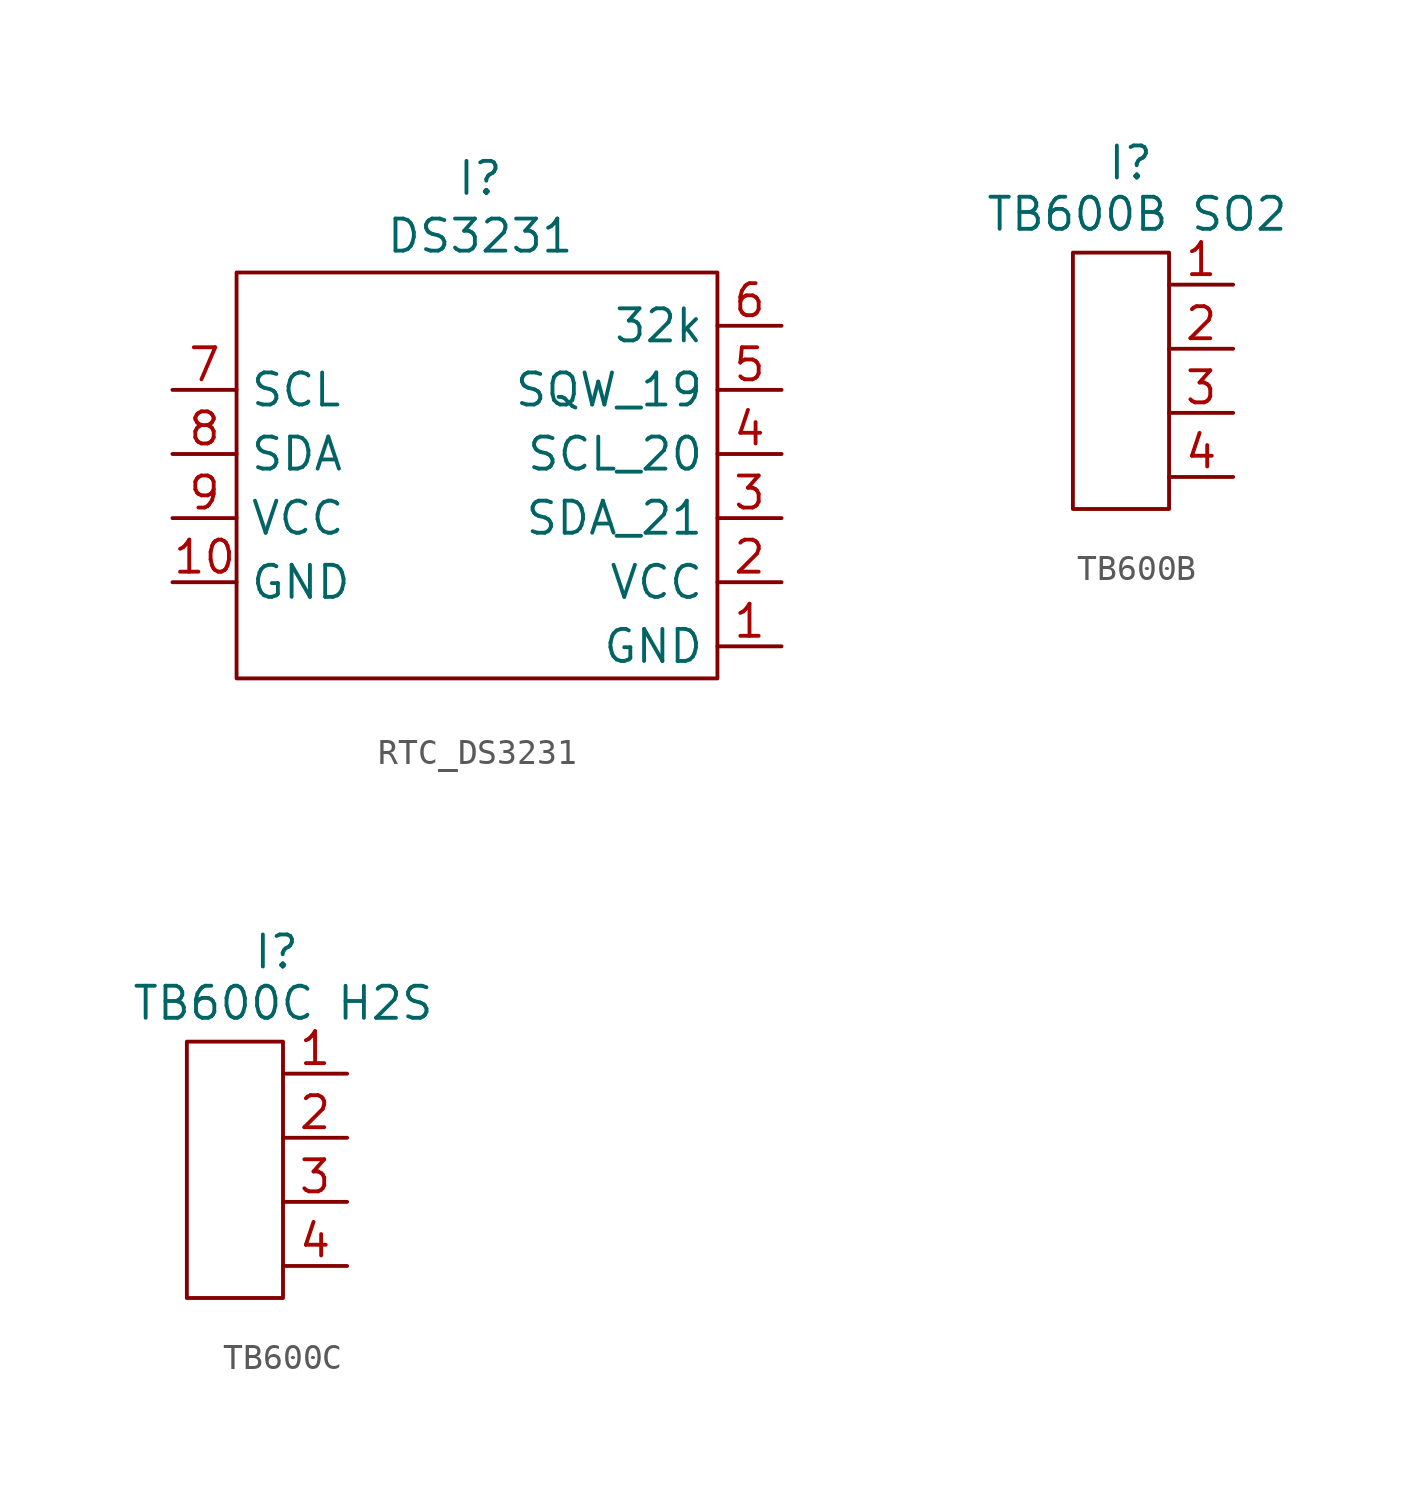
<source format=kicad_sym>
(kicad_symbol_lib
  (version 20241209)
  (generator "kicad_symbol_editor")
  (generator_version "9.0")
  (symbol "RTC_DS3231​"
    (property "Reference" "I"
      (at -10.668 12.192 0)
      (effects (font (size 1.27 1.27))))
    (property "Value" "DS3231​"
      (at -10.668 9.906 0)
      (effects (font (size 1.27 1.27))))
    (symbol "RTC_DS3231​_0_1"
      (rectangle (start -1.27 8.46) (end -20.32 -7.62) (stroke (width 0) (type default)) (fill (type none))))
    (symbol "RTC_DS3231​_1_1"
      (pin bidirectional line (at -22.86 3.81 0) (length 2.54) (name "SCL" (effects (font (size 1.27 1.27)))) (number "7" (effects (font (size 1.27 1.27)))))
      (pin bidirectional line (at -22.86 1.27 0) (length 2.54) (name "SDA" (effects (font (size 1.27 1.27)))) (number "8" (effects (font (size 1.27 1.27)))))
      (pin power_in line (at -22.86 -1.27 0) (length 2.54) (name "VCC" (effects (font (size 1.27 1.27)))) (number "9" (effects (font (size 1.27 1.27)))))
      (pin passive line (at -22.86 -3.81 0) (length 2.54) (name "GND" (effects (font (size 1.27 1.27)))) (number "10" (effects (font (size 1.27 1.27)))))
      (pin output line (at 1.27 6.35 180) (length 2.54) (name "32k" (effects (font (size 1.27 1.27)))) (number "6" (effects (font (size 1.27 1.27)))))
      (pin output line (at 1.27 3.81 180) (length 2.54) (name "SQW_19" (effects (font (size 1.27 1.27)))) (number "5" (effects (font (size 1.27 1.27)))))
      (pin bidirectional line (at 1.27 1.27 180) (length 2.54) (name "SCL_20" (effects (font (size 1.27 1.27)))) (number "4" (effects (font (size 1.27 1.27)))))
      (pin bidirectional line (at 1.27 -1.27 180) (length 2.54) (name "SDA_21" (effects (font (size 1.27 1.27)))) (number "3" (effects (font (size 1.27 1.27)))))
      (pin power_in line (at 1.27 -3.81 180) (length 2.54) (name "VCC" (effects (font (size 1.27 1.27)))) (number "2" (effects (font (size 1.27 1.27)))))
      (pin passive line (at 1.27 -6.35 180) (length 2.54) (name "GND" (effects (font (size 1.27 1.27)))) (number "1" (effects (font (size 1.27 1.27)))))))
  (symbol "TB600B"
    (property "Reference" "I"
      (at 2.286 8.636 0)
      (effects (font (size 1.27 1.27))))
    (property "Value" "TB600B SO2"
      (at 2.54 6.604 0)
      (effects (font (size 1.27 1.27))))
    (symbol "TB600B_0_1"
      (rectangle (start 0 5.08) (end 3.81 -5.08) (stroke (width 0) (type default)) (fill (type none))))
    (symbol "TB600B_1_1"
      (pin passive line (at 6.35 3.81 180) (length 2.54) (name "" (effects (font (size 1.27 1.27)))) (number "1" (effects (font (size 1.27 1.27)))))
      (pin power_in line (at 6.35 1.27 180) (length 2.54) (name "" (effects (font (size 1.27 1.27)))) (number "2" (effects (font (size 1.27 1.27)))))
      (pin bidirectional line (at 6.35 -1.27 180) (length 2.54) (name "" (effects (font (size 1.27 1.27)))) (number "3" (effects (font (size 1.27 1.27)))))
      (pin bidirectional line (at 6.35 -3.81 180) (length 2.54) (name "" (effects (font (size 1.27 1.27)))) (number "4" (effects (font (size 1.27 1.27)))))))
  (symbol "TB600C"
    (property "Reference" "I"
      (at 2.286 8.636 0)
      (effects (font (size 1.27 1.27))))
    (property "Value" "TB600C H2S"
      (at 2.54 6.604 0)
      (effects (font (size 1.27 1.27))))
    (symbol "TB600C_0_1"
      (rectangle (start -1.27 5.08) (end 2.54 -5.08) (stroke (width 0) (type default)) (fill (type none))))
    (symbol "TB600C_1_1"
      (pin passive line (at 5.08 3.81 180) (length 2.54) (name "" (effects (font (size 1.27 1.27)))) (number "1" (effects (font (size 1.27 1.27)))))
      (pin power_in line (at 5.08 1.27 180) (length 2.54) (name "" (effects (font (size 1.27 1.27)))) (number "2" (effects (font (size 1.27 1.27)))))
      (pin bidirectional line (at 5.08 -1.27 180) (length 2.54) (name "" (effects (font (size 1.27 1.27)))) (number "3" (effects (font (size 1.27 1.27)))))
      (pin bidirectional line (at 5.08 -3.81 180) (length 2.54) (name "" (effects (font (size 1.27 1.27)))) (number "4" (effects (font (size 1.27 1.27))))))))
</source>
